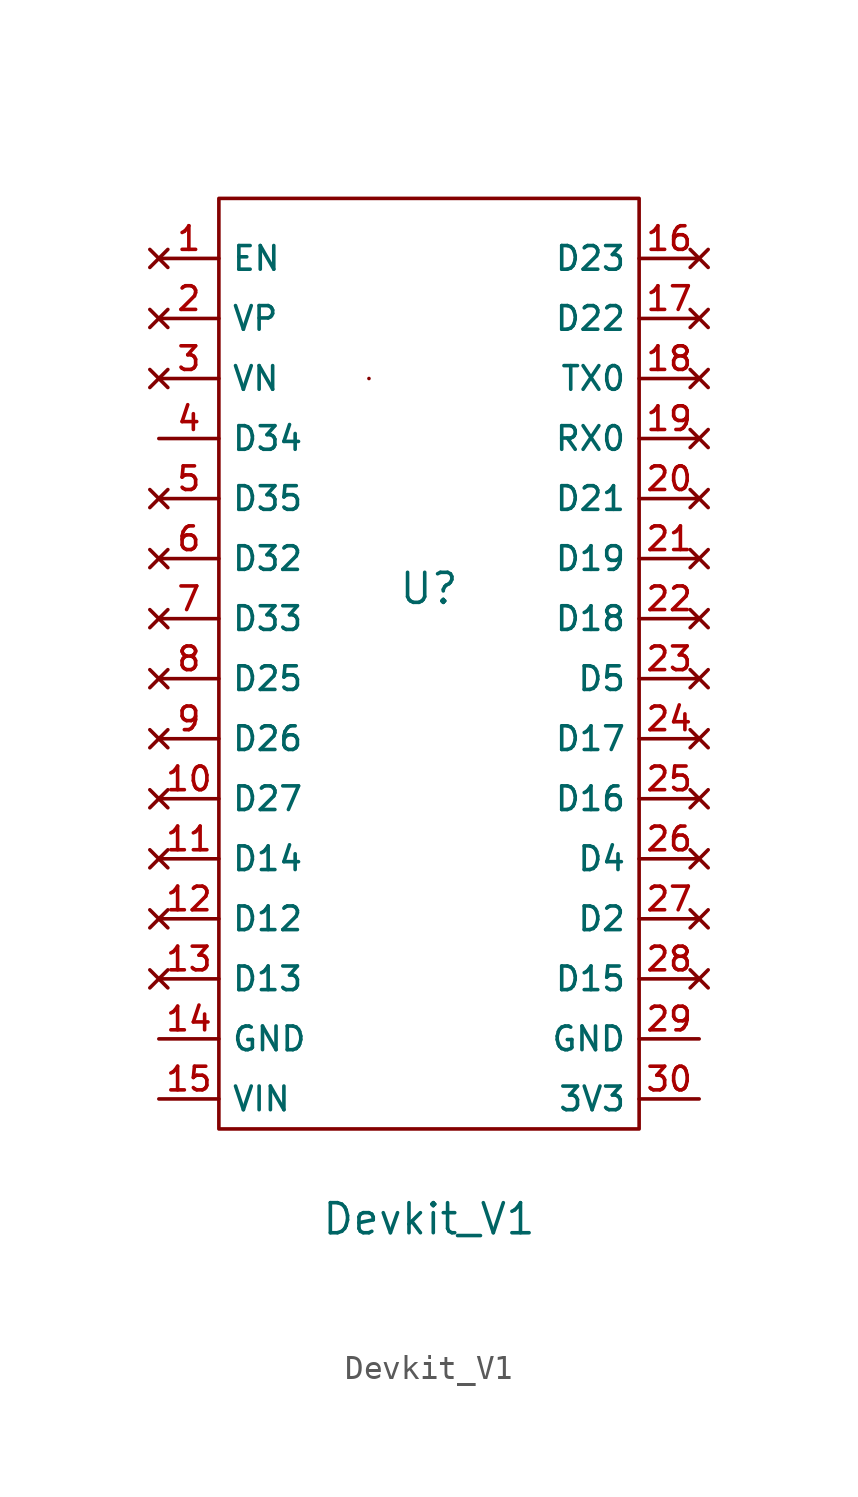
<source format=kicad_sym>
(kicad_symbol_lib
  (version 20211014)
  (generator kicad_symbol_editor)
  (symbol "Devkit_V1"
    (property "Reference" "U"
      (at 0 7.62 0)
      (effects (font (size 1.27 1.27))))
    (property "Value" "Devkit_V1"
      (at 0 -19.05 0)
      (effects (font (size 1.27 1.27))))
    (symbol "Devkit_V1_0_1"
      (rectangle (start -8.89 24.13) (end 8.89 -15.24) (stroke (width 0) (type default) (color 0 0 0 0)) (fill (type none)))
      (rectangle (start -2.54 16.51) (end -2.54 16.51) (stroke (width 0) (type default) (color 0 0 0 0)) (fill (type none))))
    (symbol "Devkit_V1_1_1"
      (pin no_connect line (at -11.43 21.59 0) (length 2.54) (name "EN" (effects (font (size 1 1)))) (number "1" (effects (font (size 1 1)))))
      (pin no_connect line (at -11.43 -1.27 0) (length 2.54) (name "D27" (effects (font (size 1 1)))) (number "10" (effects (font (size 1 1)))))
      (pin no_connect line (at -11.43 -3.81 0) (length 2.54) (name "D14" (effects (font (size 1 1)))) (number "11" (effects (font (size 1 1)))))
      (pin no_connect line (at -11.43 -6.35 0) (length 2.54) (name "D12" (effects (font (size 1 1)))) (number "12" (effects (font (size 1 1)))))
      (pin no_connect line (at -11.43 -8.89 0) (length 2.54) (name "D13" (effects (font (size 1 1)))) (number "13" (effects (font (size 1 1)))))
      (pin output line (at -11.43 -11.43 0) (length 2.54) (name "GND" (effects (font (size 1 1)))) (number "14" (effects (font (size 1 1)))))
      (pin input line (at -11.43 -13.97 0) (length 2.54) (name "VIN" (effects (font (size 1 1)))) (number "15" (effects (font (size 1 1)))))
      (pin no_connect line (at 11.43 21.59 180) (length 2.54) (name "D23" (effects (font (size 1 1)))) (number "16" (effects (font (size 1 1)))))
      (pin no_connect line (at 11.43 19.05 180) (length 2.54) (name "D22" (effects (font (size 1 1)))) (number "17" (effects (font (size 1 1)))))
      (pin no_connect line (at 11.43 16.51 180) (length 2.54) (name "TX0" (effects (font (size 1 1)))) (number "18" (effects (font (size 1 1)))))
      (pin no_connect line (at 11.43 13.97 180) (length 2.54) (name "RX0" (effects (font (size 1 1)))) (number "19" (effects (font (size 1 1)))))
      (pin no_connect line (at -11.43 19.05 0) (length 2.54) (name "VP" (effects (font (size 1 1)))) (number "2" (effects (font (size 1 1)))))
      (pin no_connect line (at 11.43 11.43 180) (length 2.54) (name "D21" (effects (font (size 1 1)))) (number "20" (effects (font (size 1 1)))))
      (pin no_connect line (at 11.43 8.89 180) (length 2.54) (name "D19" (effects (font (size 1 1)))) (number "21" (effects (font (size 1 1)))))
      (pin no_connect line (at 11.43 6.35 180) (length 2.54) (name "D18" (effects (font (size 1 1)))) (number "22" (effects (font (size 1 1)))))
      (pin no_connect line (at 11.43 3.81 180) (length 2.54) (name "D5" (effects (font (size 1 1)))) (number "23" (effects (font (size 1 1)))))
      (pin no_connect line (at 11.43 1.27 180) (length 2.54) (name "D17" (effects (font (size 1 1)))) (number "24" (effects (font (size 1 1)))))
      (pin no_connect line (at 11.43 -1.27 180) (length 2.54) (name "D16" (effects (font (size 1 1)))) (number "25" (effects (font (size 1 1)))))
      (pin no_connect line (at 11.43 -3.81 180) (length 2.54) (name "D4" (effects (font (size 1 1)))) (number "26" (effects (font (size 1 1)))))
      (pin no_connect line (at 11.43 -6.35 180) (length 2.54) (name "D2" (effects (font (size 1 1)))) (number "27" (effects (font (size 1 1)))))
      (pin no_connect line (at 11.43 -8.89 180) (length 2.54) (name "D15" (effects (font (size 1 1)))) (number "28" (effects (font (size 1 1)))))
      (pin output line (at 11.43 -11.43 180) (length 2.54) (name "GND" (effects (font (size 1 1)))) (number "29" (effects (font (size 1 1)))))
      (pin no_connect line (at -11.43 16.51 0) (length 2.54) (name "VN" (effects (font (size 1 1)))) (number "3" (effects (font (size 1 1)))))
      (pin input line (at 11.43 -13.97 180) (length 2.54) (name "3V3" (effects (font (size 1 1)))) (number "30" (effects (font (size 1 1)))))
      (pin input line (at -11.43 13.97 0) (length 2.54) (name "D34" (effects (font (size 1 1)))) (number "4" (effects (font (size 1 1)))))
      (pin no_connect line (at -11.43 11.43 0) (length 2.54) (name "D35" (effects (font (size 1 1)))) (number "5" (effects (font (size 1 1)))))
      (pin no_connect line (at -11.43 8.89 0) (length 2.54) (name "D32" (effects (font (size 1 1)))) (number "6" (effects (font (size 1 1)))))
      (pin no_connect line (at -11.43 6.35 0) (length 2.54) (name "D33" (effects (font (size 1 1)))) (number "7" (effects (font (size 1 1)))))
      (pin no_connect line (at -11.43 3.81 0) (length 2.54) (name "D25" (effects (font (size 1 1)))) (number "8" (effects (font (size 1 1)))))
      (pin no_connect line (at -11.43 1.27 0) (length 2.54) (name "D26" (effects (font (size 1 1)))) (number "9" (effects (font (size 1 1))))))))
</source>
